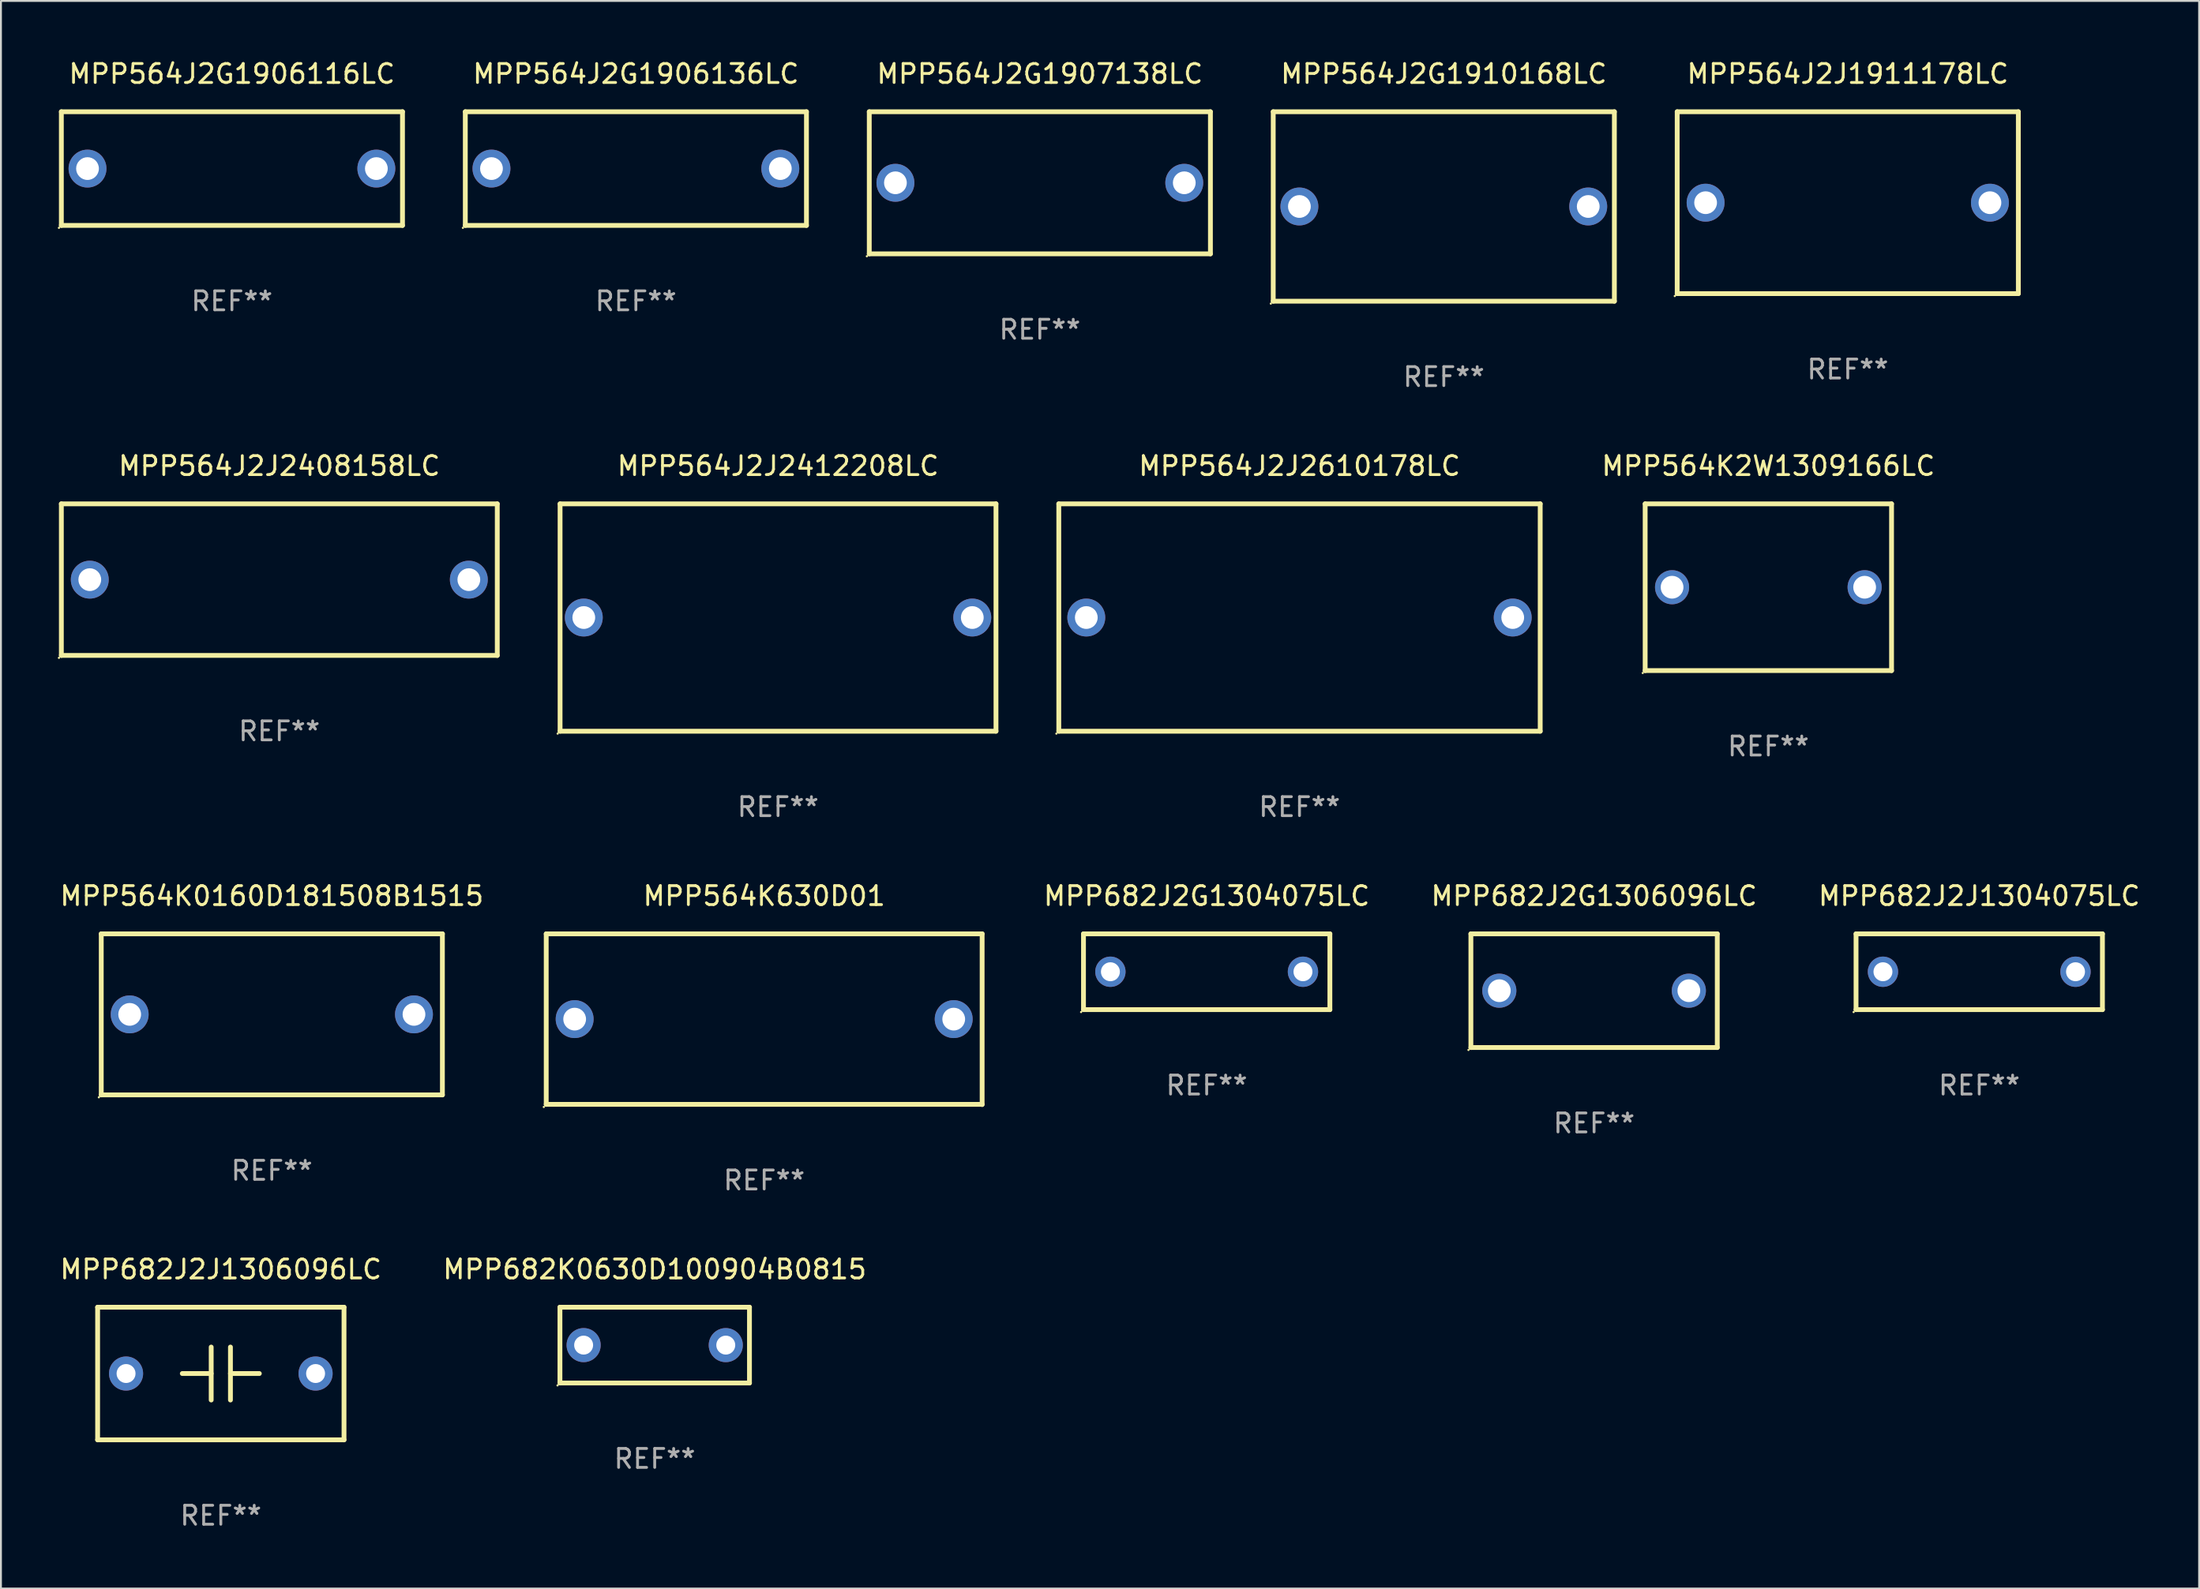
<source format=kicad_pcb>
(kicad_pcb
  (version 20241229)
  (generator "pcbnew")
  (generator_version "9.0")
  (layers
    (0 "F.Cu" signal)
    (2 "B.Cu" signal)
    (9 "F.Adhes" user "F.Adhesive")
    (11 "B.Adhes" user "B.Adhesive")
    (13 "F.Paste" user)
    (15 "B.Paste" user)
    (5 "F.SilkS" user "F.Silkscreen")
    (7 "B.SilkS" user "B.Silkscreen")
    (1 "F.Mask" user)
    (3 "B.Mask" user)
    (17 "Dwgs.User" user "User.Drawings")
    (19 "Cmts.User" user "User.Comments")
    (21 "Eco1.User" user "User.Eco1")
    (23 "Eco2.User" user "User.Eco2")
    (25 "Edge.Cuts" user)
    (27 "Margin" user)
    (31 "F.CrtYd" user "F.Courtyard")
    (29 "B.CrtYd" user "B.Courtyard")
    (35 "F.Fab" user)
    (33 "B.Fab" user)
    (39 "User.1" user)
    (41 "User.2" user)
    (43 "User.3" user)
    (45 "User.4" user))
  (footprint "MPP564J2G1906136LC"
    (layer "F.Cu")
    (at 30.501 5.848)
    (property "Reference" "MPP564J2G1906136LC" (at 0 -5 0) (layer "F.SilkS") (effects (font (size 1 1) (thickness 0.15))))
    (attr through_hole)
    (fp_line (start -9 -3) (end 9 -3) (stroke (width 0.254) (type solid)) (layer "F.SilkS"))
    (fp_line (start -9 3) (end -9 -3) (stroke (width 0.254) (type solid)) (layer "F.SilkS"))
    (fp_line (start 9 -3) (end 9 3) (stroke (width 0.254) (type solid)) (layer "F.SilkS"))
    (fp_line (start 9 3) (end -9 3) (stroke (width 0.254) (type solid)) (layer "F.SilkS"))
    (fp_circle (center -9.127 3.127) (end -9.097 3.127) (stroke (width 0.06) (type solid)) (fill no) (layer "F.SilkS"))
    (fp_text user "REF**" (at 0 7 0) (layer "F.Fab") (effects (font (size 1 1) (thickness 0.15))))
    (pad "1" thru_hole circle (at -7.62 0) (size 2 2) (drill 1.2) (layers "*.Cu" "*.Mask"))
    (pad "2" thru_hole circle (at 7.62 0) (size 2 2) (drill 1.2) (layers "*.Cu" "*.Mask")))
  (footprint "MPP682J2G1306096LC"
    (layer "F.Cu")
    (at 81.058 49.241)
    (property "Reference" "MPP682J2G1306096LC" (at 0 -5 0) (layer "F.SilkS") (effects (font (size 1 1) (thickness 0.15))))
    (attr through_hole)
    (fp_line (start -6.5 -3) (end 6.5 -3) (stroke (width 0.254) (type solid)) (layer "F.SilkS"))
    (fp_line (start -6.5 3) (end -6.5 -3) (stroke (width 0.254) (type solid)) (layer "F.SilkS"))
    (fp_line (start -6.5 3) (end 6.5 3) (stroke (width 0.254) (type solid)) (layer "F.SilkS"))
    (fp_line (start 6.5 -3) (end 6.5 3) (stroke (width 0.254) (type solid)) (layer "F.SilkS"))
    (fp_circle (center -6.627 3.127) (end -6.597 3.127) (stroke (width 0.06) (type solid)) (fill no) (layer "F.SilkS"))
    (fp_text user "REF**" (at 0 7 0) (layer "F.Fab") (effects (font (size 1 1) (thickness 0.15))))
    (pad "1" thru_hole circle (at -5 0) (size 1.8 1.8) (drill 1.2) (layers "*.Cu" "*.Mask"))
    (pad "2" thru_hole circle (at 5 0) (size 1.8 1.8) (drill 1.2) (layers "*.Cu" "*.Mask")))
  (footprint "MPP682K0630D100904B0815"
    (layer "F.Cu")
    (at 31.494 67.948)
    (property "Reference" "MPP682K0630D100904B0815" (at 0 -4 0) (layer "F.SilkS") (effects (font (size 1 1) (thickness 0.15))))
    (attr through_hole)
    (fp_line (start -5 -2) (end 5 -2) (stroke (width 0.254) (type solid)) (layer "F.SilkS"))
    (fp_line (start -5 2) (end -5 -2) (stroke (width 0.254) (type solid)) (layer "F.SilkS"))
    (fp_line (start 5 -2) (end 5 2) (stroke (width 0.254) (type solid)) (layer "F.SilkS"))
    (fp_line (start 5 2) (end -5 2) (stroke (width 0.254) (type solid)) (layer "F.SilkS"))
    (fp_circle (center -5.127 2.127) (end -5.097 2.127) (stroke (width 0.06) (type solid)) (fill no) (layer "F.SilkS"))
    (fp_text user "REF**" (at 0 6 0) (layer "F.Fab") (effects (font (size 1 1) (thickness 0.15))))
    (pad "1" thru_hole circle (at -3.75 0) (size 1.8 1.8) (drill 1) (layers "*.Cu" "*.Mask"))
    (pad "2" thru_hole circle (at 3.75 0) (size 1.8 1.8) (drill 1) (layers "*.Cu" "*.Mask")))
  (footprint "MPP564J2G1907138LC"
    (layer "F.Cu")
    (at 51.815 6.598)
    (property "Reference" "MPP564J2G1907138LC" (at 0 -5.75 0) (layer "F.SilkS") (effects (font (size 1 1) (thickness 0.15))))
    (attr through_hole)
    (fp_line (start -9 -3.75) (end 9 -3.75) (stroke (width 0.254) (type solid)) (layer "F.SilkS"))
    (fp_line (start -9 3.75) (end -9 -3.75) (stroke (width 0.254) (type solid)) (layer "F.SilkS"))
    (fp_line (start 9 -3.75) (end 9 3.75) (stroke (width 0.254) (type solid)) (layer "F.SilkS"))
    (fp_line (start 9 3.75) (end -9 3.75) (stroke (width 0.254) (type solid)) (layer "F.SilkS"))
    (fp_circle (center -9.127 3.877) (end -9.097 3.877) (stroke (width 0.06) (type solid)) (fill no) (layer "F.SilkS"))
    (fp_text user "REF**" (at 0 7.75 0) (layer "F.Fab") (effects (font (size 1 1) (thickness 0.15))))
    (pad "1" thru_hole circle (at -7.62 0) (size 2 2) (drill 1.2) (layers "*.Cu" "*.Mask"))
    (pad "2" thru_hole circle (at 7.62 0) (size 2 2) (drill 1.2) (layers "*.Cu" "*.Mask")))
  (footprint "MPP564J2G1910168LC"
    (layer "F.Cu")
    (at 73.129 7.848)
    (property "Reference" "MPP564J2G1910168LC" (at 0 -7 0) (layer "F.SilkS") (effects (font (size 1 1) (thickness 0.15))))
    (attr through_hole)
    (fp_line (start -9 -5) (end 9 -5) (stroke (width 0.254) (type solid)) (layer "F.SilkS"))
    (fp_line (start -9 5) (end -9 -5) (stroke (width 0.254) (type solid)) (layer "F.SilkS"))
    (fp_line (start 9 -5) (end 9 5) (stroke (width 0.254) (type solid)) (layer "F.SilkS"))
    (fp_line (start 9 5) (end -9 5) (stroke (width 0.254) (type solid)) (layer "F.SilkS"))
    (fp_circle (center -9.127 5.127) (end -9.097 5.127) (stroke (width 0.06) (type solid)) (fill no) (layer "F.SilkS"))
    (fp_text user "REF**" (at 0 9 0) (layer "F.Fab") (effects (font (size 1 1) (thickness 0.15))))
    (pad "1" thru_hole circle (at -7.62 0) (size 2 2) (drill 1.2) (layers "*.Cu" "*.Mask"))
    (pad "2" thru_hole circle (at 7.62 0) (size 2 2) (drill 1.2) (layers "*.Cu" "*.Mask")))
  (footprint "MPP564K0160D181508B1515"
    (layer "F.Cu")
    (at 11.292 50.491)
    (property "Reference" "MPP564K0160D181508B1515" (at 0 -6.25 0) (layer "F.SilkS") (effects (font (size 1 1) (thickness 0.15))))
    (attr through_hole)
    (fp_line (start -9 -4.25) (end -9 4.25) (stroke (width 0.254) (type solid)) (layer "F.SilkS"))
    (fp_line (start -9 -4.25) (end 9 -4.25) (stroke (width 0.254) (type solid)) (layer "F.SilkS"))
    (fp_line (start 9 4.25) (end -9 4.25) (stroke (width 0.254) (type solid)) (layer "F.SilkS"))
    (fp_line (start 9 4.25) (end 9 -4.25) (stroke (width 0.254) (type solid)) (layer "F.SilkS"))
    (fp_circle (center -9.127 4.377) (end -9.097 4.377) (stroke (width 0.06) (type solid)) (fill no) (layer "F.SilkS"))
    (fp_text user "REF**" (at 0 8.25 0) (layer "F.Fab") (effects (font (size 1 1) (thickness 0.15))))
    (pad "1" thru_hole circle (at -7.5 0) (size 2 2) (drill 1.2) (layers "*.Cu" "*.Mask"))
    (pad "2" thru_hole circle (at 7.5 0) (size 2 2) (drill 1.2) (layers "*.Cu" "*.Mask")))
  (footprint "MPP564J2J2610178LC"
    (layer "F.Cu")
    (at 65.515 29.545)
    (property "Reference" "MPP564J2J2610178LC" (at 0 -8 0) (layer "F.SilkS") (effects (font (size 1 1) (thickness 0.15))))
    (attr through_hole)
    (fp_line (start -12.7 -6) (end 12.7 -6) (stroke (width 0.254) (type solid)) (layer "F.SilkS"))
    (fp_line (start -12.7 6) (end -12.7 -6) (stroke (width 0.254) (type solid)) (layer "F.SilkS"))
    (fp_line (start 12.7 -6) (end 12.7 6) (stroke (width 0.254) (type solid)) (layer "F.SilkS"))
    (fp_line (start 12.7 6) (end -12.7 6) (stroke (width 0.254) (type solid)) (layer "F.SilkS"))
    (fp_circle (center -12.827 6.127) (end -12.797 6.127) (stroke (width 0.06) (type solid)) (fill no) (layer "F.SilkS"))
    (fp_text user "REF**" (at 0 10 0) (layer "F.Fab") (effects (font (size 1 1) (thickness 0.15))))
    (pad "1" thru_hole circle (at -11.25 0) (size 2 2) (drill 1.2) (layers "*.Cu" "*.Mask"))
    (pad "2" thru_hole circle (at 11.25 0) (size 2 2) (drill 1.2) (layers "*.Cu" "*.Mask")))
  (footprint "MPP564J2J1911178LC"
    (layer "F.Cu")
    (at 94.443 7.648)
    (property "Reference" "MPP564J2J1911178LC" (at 0 -6.8 0) (layer "F.SilkS") (effects (font (size 1 1) (thickness 0.15))))
    (attr through_hole)
    (fp_line (start -9 -4.8) (end 9 -4.8) (stroke (width 0.254) (type solid)) (layer "F.SilkS"))
    (fp_line (start -9 4.8) (end -9 -4.8) (stroke (width 0.254) (type solid)) (layer "F.SilkS"))
    (fp_line (start 9 -4.8) (end 9 4.8) (stroke (width 0.254) (type solid)) (layer "F.SilkS"))
    (fp_line (start 9 4.8) (end -9 4.8) (stroke (width 0.254) (type solid)) (layer "F.SilkS"))
    (fp_circle (center -9.127 4.927) (end -9.097 4.927) (stroke (width 0.06) (type solid)) (fill no) (layer "F.SilkS"))
    (fp_text user "REF**" (at 0 8.8 0) (layer "F.Fab") (effects (font (size 1 1) (thickness 0.15))))
    (pad "1" thru_hole circle (at -7.501 0) (size 2 2) (drill 1.2) (layers "*.Cu" "*.Mask"))
    (pad "2" thru_hole circle (at 7.501 0) (size 2 2) (drill 1.2) (layers "*.Cu" "*.Mask")))
  (footprint "MPP682J2G1304075LC"
    (layer "F.Cu")
    (at 60.618 48.241)
    (property "Reference" "MPP682J2G1304075LC" (at 0 -4 0) (layer "F.SilkS") (effects (font (size 1 1) (thickness 0.15))))
    (attr through_hole)
    (fp_line (start -6.5 -2) (end 6.5 -2) (stroke (width 0.254) (type solid)) (layer "F.SilkS"))
    (fp_line (start -6.5 2) (end -6.5 -2) (stroke (width 0.254) (type solid)) (layer "F.SilkS"))
    (fp_line (start 6.5 -2) (end 6.5 2) (stroke (width 0.254) (type solid)) (layer "F.SilkS"))
    (fp_line (start 6.5 2) (end -6.5 2) (stroke (width 0.254) (type solid)) (layer "F.SilkS"))
    (fp_circle (center -6.627 2.127) (end -6.597 2.127) (stroke (width 0.06) (type solid)) (fill no) (layer "F.SilkS"))
    (fp_text user "REF**" (at 0 6 0) (layer "F.Fab") (effects (font (size 1 1) (thickness 0.15))))
    (pad "1" thru_hole circle (at -5.08 0) (size 1.6 1.6) (drill 1) (layers "*.Cu" "*.Mask"))
    (pad "2" thru_hole circle (at 5.08 0) (size 1.6 1.6) (drill 1) (layers "*.Cu" "*.Mask")))
  (footprint "MPP564J2G1906116LC"
    (layer "F.Cu")
    (at 9.187 5.848)
    (property "Reference" "MPP564J2G1906116LC" (at 0 -5 0) (layer "F.SilkS") (effects (font (size 1 1) (thickness 0.15))))
    (attr through_hole)
    (fp_line (start -9 -3) (end 9 -3) (stroke (width 0.254) (type solid)) (layer "F.SilkS"))
    (fp_line (start -9 3) (end -9 -3) (stroke (width 0.254) (type solid)) (layer "F.SilkS"))
    (fp_line (start 9 -3) (end 9 3) (stroke (width 0.254) (type solid)) (layer "F.SilkS"))
    (fp_line (start 9 3) (end -9 3) (stroke (width 0.254) (type solid)) (layer "F.SilkS"))
    (fp_circle (center -9.127 3.127) (end -9.097 3.127) (stroke (width 0.06) (type solid)) (fill no) (layer "F.SilkS"))
    (fp_text user "REF**" (at 0 7 0) (layer "F.Fab") (effects (font (size 1 1) (thickness 0.15))))
    (pad "1" thru_hole circle (at -7.62 0) (size 2 2) (drill 1.2) (layers "*.Cu" "*.Mask"))
    (pad "2" thru_hole circle (at 7.62 0) (size 2 2) (drill 1.2) (layers "*.Cu" "*.Mask")))
  (footprint "MPP682J2J1306096LC"
    (layer "F.Cu")
    (at 8.601 69.448)
    (property "Reference" "MPP682J2J1306096LC" (at 0 -5.5 0) (layer "F.SilkS") (effects (font (size 1 1) (thickness 0.15))))
    (attr through_hole)
    (fp_line (start -6.5 -3.5) (end -6.5 3.5) (stroke (width 0.254) (type solid)) (layer "F.SilkS"))
    (fp_line (start -6.5 -3.5) (end 6.5 -3.5) (stroke (width 0.254) (type solid)) (layer "F.SilkS"))
    (fp_line (start -6.5 3.5) (end 6.5 3.5) (stroke (width 0.254) (type solid)) (layer "F.SilkS"))
    (fp_line (start -0.508 -0.000025) (end -2.032 -0.000025) (stroke (width 0.254) (type solid)) (layer "F.SilkS"))
    (fp_line (start -0.508 1.397) (end -0.508 -1.397) (stroke (width 0.254) (type solid)) (layer "F.SilkS"))
    (fp_line (start 0.508 -1.397) (end 0.508 1.397) (stroke (width 0.254) (type solid)) (layer "F.SilkS"))
    (fp_line (start 0.508 0.000025) (end 2.032 0.000025) (stroke (width 0.254) (type solid)) (layer "F.SilkS"))
    (fp_line (start 6.5 -3.5) (end 6.5 3.5) (stroke (width 0.254) (type solid)) (layer "F.SilkS"))
    (fp_circle (center -6.5 3.5) (end -6.47 3.5) (stroke (width 0.06) (type solid)) (fill no) (layer "F.SilkS"))
    (fp_text user "REF**" (at 0 7.5 0) (layer "F.Fab") (effects (font (size 1 1) (thickness 0.15))))
    (pad "1" thru_hole circle (at -5 0.000025) (size 1.8 1.8) (drill 1) (layers "*.Cu" "*.Mask"))
    (pad "2" thru_hole circle (at 5 0) (size 1.8 1.8) (drill 1) (layers "*.Cu" "*.Mask")))
  (footprint "MPP564K630D01"
    (layer "F.Cu")
    (at 37.27 50.746)
    (property "Reference" "MPP564K630D01" (at 0 -6.505 0) (layer "F.SilkS") (effects (font (size 1 1) (thickness 0.15))))
    (attr through_hole)
    (fp_line (start -11.5 -4.505) (end -11.5 4.495) (stroke (width 0.254) (type solid)) (layer "F.SilkS"))
    (fp_line (start -11.5 -4.505) (end 11.5 -4.505) (stroke (width 0.254) (type solid)) (layer "F.SilkS"))
    (fp_line (start -11.5 4.495) (end 11.5 4.495) (stroke (width 0.254) (type solid)) (layer "F.SilkS"))
    (fp_line (start 11.5 -4.505) (end 11.5 4.505) (stroke (width 0.254) (type solid)) (layer "F.SilkS"))
    (fp_circle (center -11.627 4.632) (end -11.597 4.632) (stroke (width 0.06) (type solid)) (fill no) (layer "F.SilkS"))
    (fp_text user "REF**" (at 0 8.505 0) (layer "F.Fab") (effects (font (size 1 1) (thickness 0.15))))
    (pad "1" thru_hole circle (at -10 -0.005) (size 2 2) (drill 1.2) (layers "*.Cu" "*.Mask"))
    (pad "2" thru_hole circle (at 10 -0.005) (size 2 2) (drill 1.2) (layers "*.Cu" "*.Mask")))
  (footprint "MPP564K2W1309166LC"
    (layer "F.Cu")
    (at 90.253 27.945)
    (property "Reference" "MPP564K2W1309166LC" (at 0 -6.4 0) (layer "F.SilkS") (effects (font (size 1 1) (thickness 0.15))))
    (attr through_hole)
    (fp_line (start -6.5 -4.4) (end 6.5 -4.4) (stroke (width 0.254) (type solid)) (layer "F.SilkS"))
    (fp_line (start -6.5 4.4) (end -6.5 -4.4) (stroke (width 0.254) (type solid)) (layer "F.SilkS"))
    (fp_line (start 6.5 -4.4) (end 6.5 4.4) (stroke (width 0.254) (type solid)) (layer "F.SilkS"))
    (fp_line (start 6.5 4.4) (end -6.5 4.4) (stroke (width 0.254) (type solid)) (layer "F.SilkS"))
    (fp_circle (center -6.627 4.527) (end -6.597 4.527) (stroke (width 0.06) (type solid)) (fill no) (layer "F.SilkS"))
    (fp_text user "REF**" (at 0 8.4 0) (layer "F.Fab") (effects (font (size 1 1) (thickness 0.15))))
    (pad "1" thru_hole circle (at -5.08 0) (size 1.8 1.8) (drill 1.2) (layers "*.Cu" "*.Mask"))
    (pad "2" thru_hole circle (at 5.08 0) (size 1.8 1.8) (drill 1.2) (layers "*.Cu" "*.Mask")))
  (footprint "MPP682J2J1304075LC"
    (layer "F.Cu")
    (at 101.38 48.241)
    (property "Reference" "MPP682J2J1304075LC" (at 0 -4 0) (layer "F.SilkS") (effects (font (size 1 1) (thickness 0.15))))
    (attr through_hole)
    (fp_line (start -6.5 -2) (end 6.5 -2) (stroke (width 0.254) (type solid)) (layer "F.SilkS"))
    (fp_line (start -6.5 2) (end -6.5 -2) (stroke (width 0.254) (type solid)) (layer "F.SilkS"))
    (fp_line (start 6.5 -2) (end 6.5 2) (stroke (width 0.254) (type solid)) (layer "F.SilkS"))
    (fp_line (start 6.5 2) (end -6.5 2) (stroke (width 0.254) (type solid)) (layer "F.SilkS"))
    (fp_circle (center -6.627 2.127) (end -6.597 2.127) (stroke (width 0.06) (type solid)) (fill no) (layer "F.SilkS"))
    (fp_text user "REF**" (at 0 6 0) (layer "F.Fab") (effects (font (size 1 1) (thickness 0.15))))
    (pad "1" thru_hole circle (at -5.08 0) (size 1.6 1.6) (drill 1) (layers "*.Cu" "*.Mask"))
    (pad "2" thru_hole circle (at 5.08 0) (size 1.6 1.6) (drill 1) (layers "*.Cu" "*.Mask")))
  (footprint "MPP564J2J2408158LC"
    (layer "F.Cu")
    (at 11.687 27.545)
    (property "Reference" "MPP564J2J2408158LC" (at 0 -6 0) (layer "F.SilkS") (effects (font (size 1 1) (thickness 0.15))))
    (attr through_hole)
    (fp_line (start -11.5 -4) (end -11.5 4) (stroke (width 0.254) (type solid)) (layer "F.SilkS"))
    (fp_line (start -11.5 -4) (end 11.5 -4) (stroke (width 0.254) (type solid)) (layer "F.SilkS"))
    (fp_line (start -11.5 4) (end 11.5 4) (stroke (width 0.254) (type solid)) (layer "F.SilkS"))
    (fp_line (start 11.5 -4) (end 11.5 4) (stroke (width 0.254) (type solid)) (layer "F.SilkS"))
    (fp_circle (center -11.627 4.127) (end -11.597 4.127) (stroke (width 0.06) (type solid)) (fill no) (layer "F.SilkS"))
    (fp_text user "REF**" (at 0 8 0) (layer "F.Fab") (effects (font (size 1 1) (thickness 0.15))))
    (pad "1" thru_hole circle (at -10 0) (size 2 2) (drill 1.2) (layers "*.Cu" "*.Mask"))
    (pad "2" thru_hole circle (at 10 0) (size 2 2) (drill 1.2) (layers "*.Cu" "*.Mask")))
  (footprint "MPP564J2J2412208LC"
    (layer "F.Cu")
    (at 38.001 29.545)
    (property "Reference" "MPP564J2J2412208LC" (at 0 -8 0) (layer "F.SilkS") (effects (font (size 1 1) (thickness 0.15))))
    (attr through_hole)
    (fp_line (start -11.5 -6) (end 11.5 -6) (stroke (width 0.254) (type solid)) (layer "F.SilkS"))
    (fp_line (start -11.5 6) (end -11.5 -6) (stroke (width 0.254) (type solid)) (layer "F.SilkS"))
    (fp_line (start 11.5 -6) (end 11.5 6) (stroke (width 0.254) (type solid)) (layer "F.SilkS"))
    (fp_line (start 11.5 6) (end -11.5 6) (stroke (width 0.254) (type solid)) (layer "F.SilkS"))
    (fp_circle (center -11.627 6.127) (end -11.597 6.127) (stroke (width 0.06) (type solid)) (fill no) (layer "F.SilkS"))
    (fp_text user "REF**" (at 0 10 0) (layer "F.Fab") (effects (font (size 1 1) (thickness 0.15))))
    (pad "1" thru_hole circle (at -10.249 0) (size 2 2) (drill 1.2) (layers "*.Cu" "*.Mask"))
    (pad "2" thru_hole circle (at 10.249 0) (size 2 2) (drill 1.2) (layers "*.Cu" "*.Mask")))
  (gr_rect
    (start -3 -3)
    (end 112.981 80.796)
    (stroke (width 0.1) (type default))
    (fill no)
    (layer "Edge.Cuts")))
</source>
